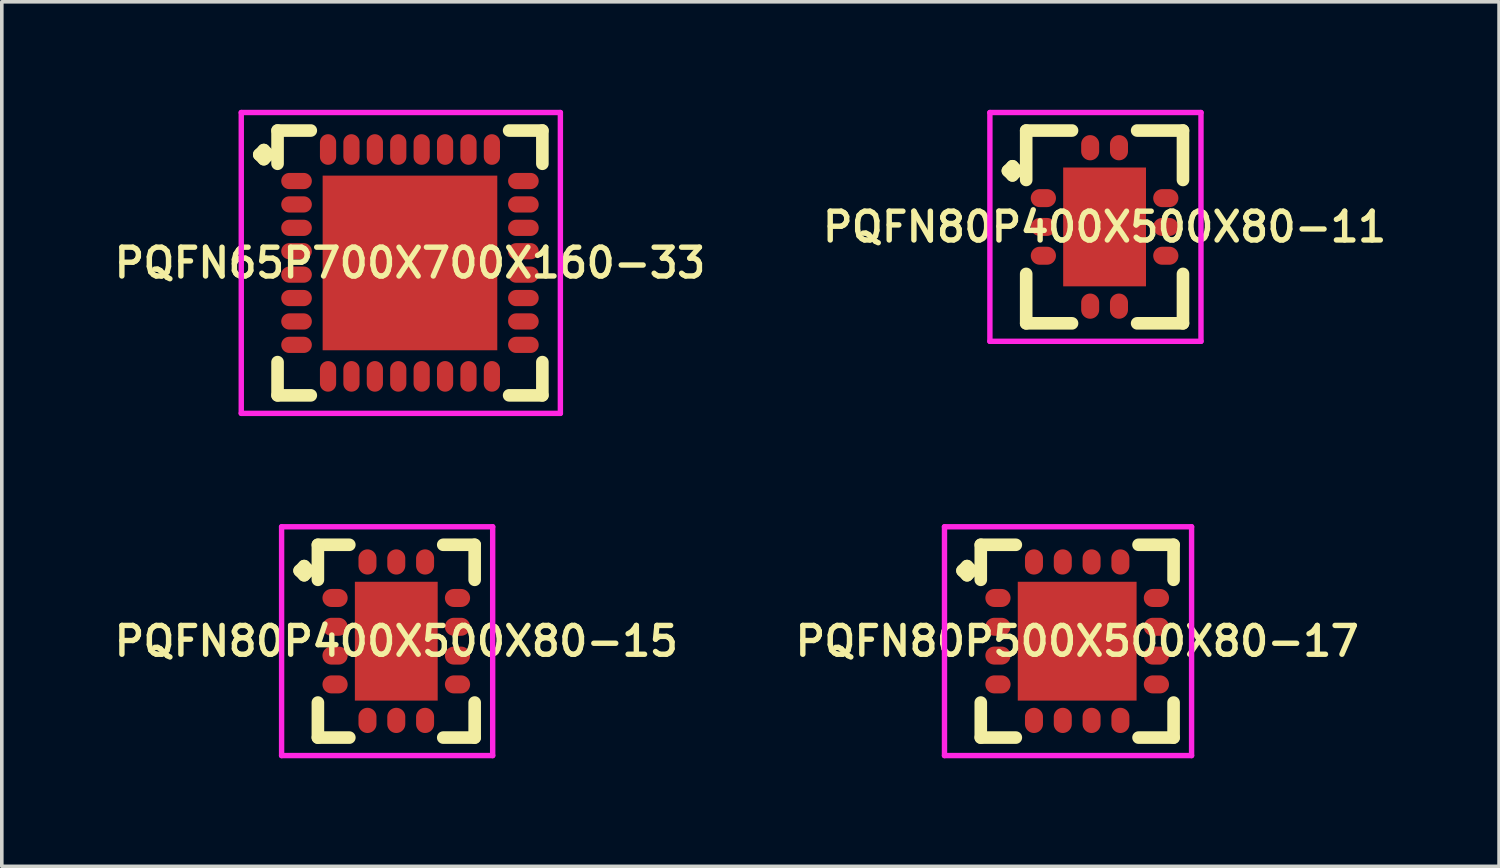
<source format=kicad_pcb>
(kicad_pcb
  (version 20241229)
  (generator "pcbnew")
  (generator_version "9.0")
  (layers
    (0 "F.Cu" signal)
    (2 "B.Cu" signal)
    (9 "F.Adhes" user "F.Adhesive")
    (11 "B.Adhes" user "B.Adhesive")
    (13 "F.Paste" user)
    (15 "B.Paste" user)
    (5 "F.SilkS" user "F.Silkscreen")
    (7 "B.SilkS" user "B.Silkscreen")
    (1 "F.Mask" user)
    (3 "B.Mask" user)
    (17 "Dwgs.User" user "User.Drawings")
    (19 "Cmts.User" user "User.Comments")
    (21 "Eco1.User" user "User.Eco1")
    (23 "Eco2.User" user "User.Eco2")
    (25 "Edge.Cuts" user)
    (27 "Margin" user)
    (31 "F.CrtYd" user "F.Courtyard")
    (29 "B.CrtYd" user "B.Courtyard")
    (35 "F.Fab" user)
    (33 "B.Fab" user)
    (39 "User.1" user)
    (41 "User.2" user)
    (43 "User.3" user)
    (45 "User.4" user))
  (footprint "PQFN80P500X500X80-17"
    (layer "F.Cu")
    (at 26.864 14.756)
    (property "Reference" "PQFN80P500X500X80-17" (at 0 0 0) (layer "F.SilkS") (effects (font (size 0.8 0.8) (thickness 0.15))))
    (attr smd)
    (fp_line (start -3.185 -1.958) (end -3.058 -2.085) (stroke (width 0.35) (type solid)) (layer "F.SilkS"))
    (fp_line (start -3.058 -2.085) (end -2.931 -1.958) (stroke (width 0.35) (type solid)) (layer "F.SilkS"))
    (fp_line (start -3.058 -1.831) (end -3.185 -1.958) (stroke (width 0.35) (type solid)) (layer "F.SilkS"))
    (fp_line (start -2.931 -1.958) (end -3.058 -1.831) (stroke (width 0.35) (type solid)) (layer "F.SilkS"))
    (fp_line (start -2.677 -2.677) (end -1.704 -2.677) (stroke (width 0.35) (type solid)) (layer "F.SilkS"))
    (fp_line (start -2.677 -1.704) (end -2.677 -2.677) (stroke (width 0.35) (type solid)) (layer "F.SilkS"))
    (fp_line (start -2.677 1.704) (end -2.677 2.677) (stroke (width 0.35) (type solid)) (layer "F.SilkS"))
    (fp_line (start -2.677 2.677) (end -1.704 2.677) (stroke (width 0.35) (type solid)) (layer "F.SilkS"))
    (fp_line (start 1.704 -2.677) (end 2.677 -2.677) (stroke (width 0.35) (type solid)) (layer "F.SilkS"))
    (fp_line (start 1.704 2.677) (end 2.677 2.677) (stroke (width 0.35) (type solid)) (layer "F.SilkS"))
    (fp_line (start 2.677 -2.677) (end 2.677 -1.704) (stroke (width 0.35) (type solid)) (layer "F.SilkS"))
    (fp_line (start 2.677 2.677) (end 2.677 1.704) (stroke (width 0.35) (type solid)) (layer "F.SilkS"))
    (fp_line (start -3.685 -3.177) (end 3.177 -3.177) (stroke (width 0.15) (type solid)) (layer "F.CrtYd"))
    (fp_line (start -3.685 3.177) (end -3.685 -3.177) (stroke (width 0.15) (type solid)) (layer "F.CrtYd"))
    (fp_line (start 3.177 -3.177) (end 3.177 3.177) (stroke (width 0.15) (type solid)) (layer "F.CrtYd"))
    (fp_line (start 3.177 3.177) (end -3.685 3.177) (stroke (width 0.15) (type solid)) (layer "F.CrtYd"))
    (pad "1" smd oval (at -2.2 -1.2) (size 0.7 0.5) (layers "F.Cu" "F.Mask" "F.Paste"))
    (pad "2" smd oval (at -2.2 -0.4) (size 0.7 0.5) (layers "F.Cu" "F.Mask" "F.Paste"))
    (pad "3" smd oval (at -2.2 0.4) (size 0.7 0.5) (layers "F.Cu" "F.Mask" "F.Paste"))
    (pad "4" smd oval (at -2.2 1.2) (size 0.7 0.5) (layers "F.Cu" "F.Mask" "F.Paste"))
    (pad "5" smd oval (at -1.2 2.2) (size 0.5 0.7) (layers "F.Cu" "F.Mask" "F.Paste"))
    (pad "6" smd oval (at -0.4 2.2) (size 0.5 0.7) (layers "F.Cu" "F.Mask" "F.Paste"))
    (pad "7" smd oval (at 0.4 2.2) (size 0.5 0.7) (layers "F.Cu" "F.Mask" "F.Paste"))
    (pad "8" smd oval (at 1.2 2.2) (size 0.5 0.7) (layers "F.Cu" "F.Mask" "F.Paste"))
    (pad "9" smd oval (at 2.2 1.2) (size 0.7 0.5) (layers "F.Cu" "F.Mask" "F.Paste"))
    (pad "10" smd oval (at 2.2 0.4) (size 0.7 0.5) (layers "F.Cu" "F.Mask" "F.Paste"))
    (pad "11" smd oval (at 2.2 -0.4) (size 0.7 0.5) (layers "F.Cu" "F.Mask" "F.Paste"))
    (pad "12" smd oval (at 2.2 -1.2) (size 0.7 0.5) (layers "F.Cu" "F.Mask" "F.Paste"))
    (pad "13" smd oval (at 1.2 -2.2) (size 0.5 0.7) (layers "F.Cu" "F.Mask" "F.Paste"))
    (pad "14" smd oval (at 0.4 -2.2) (size 0.5 0.7) (layers "F.Cu" "F.Mask" "F.Paste"))
    (pad "15" smd oval (at -0.4 -2.2) (size 0.5 0.7) (layers "F.Cu" "F.Mask" "F.Paste"))
    (pad "16" smd oval (at -1.2 -2.2) (size 0.5 0.7) (layers "F.Cu" "F.Mask" "F.Paste"))
    (pad "17" smd rect (at 0 0) (size 3.3 3.3) (layers "F.Cu" "F.Mask" "F.Paste")))
  (footprint "PQFN80P400X500X80-11"
    (layer "F.Cu")
    (at 27.625 3.252)
    (property "Reference" "PQFN80P400X500X80-11" (at 0 0 0) (layer "F.SilkS") (effects (font (size 0.8 0.8) (thickness 0.15))))
    (attr smd)
    (fp_line (start -2.685 -1.558) (end -2.558 -1.685) (stroke (width 0.35) (type solid)) (layer "F.SilkS"))
    (fp_line (start -2.558 -1.685) (end -2.431 -1.558) (stroke (width 0.35) (type solid)) (layer "F.SilkS"))
    (fp_line (start -2.558 -1.431) (end -2.685 -1.558) (stroke (width 0.35) (type solid)) (layer "F.SilkS"))
    (fp_line (start -2.431 -1.558) (end -2.558 -1.431) (stroke (width 0.35) (type solid)) (layer "F.SilkS"))
    (fp_line (start -2.177 -2.677) (end -0.904 -2.677) (stroke (width 0.35) (type solid)) (layer "F.SilkS"))
    (fp_line (start -2.177 -1.304) (end -2.177 -2.677) (stroke (width 0.35) (type solid)) (layer "F.SilkS"))
    (fp_line (start -2.177 1.304) (end -2.177 2.677) (stroke (width 0.35) (type solid)) (layer "F.SilkS"))
    (fp_line (start -2.177 2.677) (end -0.904 2.677) (stroke (width 0.35) (type solid)) (layer "F.SilkS"))
    (fp_line (start 0.904 -2.677) (end 2.177 -2.677) (stroke (width 0.35) (type solid)) (layer "F.SilkS"))
    (fp_line (start 0.904 2.677) (end 2.177 2.677) (stroke (width 0.35) (type solid)) (layer "F.SilkS"))
    (fp_line (start 2.177 -2.677) (end 2.177 -1.304) (stroke (width 0.35) (type solid)) (layer "F.SilkS"))
    (fp_line (start 2.177 2.677) (end 2.177 1.304) (stroke (width 0.35) (type solid)) (layer "F.SilkS"))
    (fp_line (start -3.185 -3.177) (end 2.677 -3.177) (stroke (width 0.15) (type solid)) (layer "F.CrtYd"))
    (fp_line (start -3.185 3.177) (end -3.185 -3.177) (stroke (width 0.15) (type solid)) (layer "F.CrtYd"))
    (fp_line (start 2.677 -3.177) (end 2.677 3.177) (stroke (width 0.15) (type solid)) (layer "F.CrtYd"))
    (fp_line (start 2.677 3.177) (end -3.185 3.177) (stroke (width 0.15) (type solid)) (layer "F.CrtYd"))
    (pad "1" smd oval (at -1.7 -0.8) (size 0.7 0.5) (layers "F.Cu" "F.Mask" "F.Paste"))
    (pad "2" smd oval (at -1.7 0) (size 0.7 0.5) (layers "F.Cu" "F.Mask" "F.Paste"))
    (pad "3" smd oval (at -1.7 0.8) (size 0.7 0.5) (layers "F.Cu" "F.Mask" "F.Paste"))
    (pad "4" smd oval (at -0.4 2.2) (size 0.5 0.7) (layers "F.Cu" "F.Mask" "F.Paste"))
    (pad "5" smd oval (at 0.4 2.2) (size 0.5 0.7) (layers "F.Cu" "F.Mask" "F.Paste"))
    (pad "6" smd oval (at 1.7 0.8) (size 0.7 0.5) (layers "F.Cu" "F.Mask" "F.Paste"))
    (pad "7" smd oval (at 1.7 0) (size 0.7 0.5) (layers "F.Cu" "F.Mask" "F.Paste"))
    (pad "8" smd oval (at 1.7 -0.8) (size 0.7 0.5) (layers "F.Cu" "F.Mask" "F.Paste"))
    (pad "9" smd oval (at 0.4 -2.2) (size 0.5 0.7) (layers "F.Cu" "F.Mask" "F.Paste"))
    (pad "10" smd oval (at -0.4 -2.2) (size 0.5 0.7) (layers "F.Cu" "F.Mask" "F.Paste"))
    (pad "11" smd rect (at 0 0) (size 2.3 3.3) (layers "F.Cu" "F.Mask" "F.Paste")))
  (footprint "PQFN65P700X700X160-33"
    (layer "F.Cu")
    (at 8.335 4.252)
    (property "Reference" "PQFN65P700X700X160-33" (at 0 0 0) (layer "F.SilkS") (effects (font (size 0.8 0.8) (thickness 0.15))))
    (attr smd)
    (fp_line (start -4.185 -3.008) (end -4.058 -3.135) (stroke (width 0.35) (type solid)) (layer "F.SilkS"))
    (fp_line (start -4.058 -3.135) (end -3.931 -3.008) (stroke (width 0.35) (type solid)) (layer "F.SilkS"))
    (fp_line (start -4.058 -2.881) (end -4.185 -3.008) (stroke (width 0.35) (type solid)) (layer "F.SilkS"))
    (fp_line (start -3.931 -3.008) (end -4.058 -2.881) (stroke (width 0.35) (type solid)) (layer "F.SilkS"))
    (fp_line (start -3.677 -3.677) (end -2.754 -3.677) (stroke (width 0.35) (type solid)) (layer "F.SilkS"))
    (fp_line (start -3.677 -2.754) (end -3.677 -3.677) (stroke (width 0.35) (type solid)) (layer "F.SilkS"))
    (fp_line (start -3.677 2.754) (end -3.677 3.677) (stroke (width 0.35) (type solid)) (layer "F.SilkS"))
    (fp_line (start -3.677 3.677) (end -2.754 3.677) (stroke (width 0.35) (type solid)) (layer "F.SilkS"))
    (fp_line (start 2.754 -3.677) (end 3.677 -3.677) (stroke (width 0.35) (type solid)) (layer "F.SilkS"))
    (fp_line (start 2.754 3.677) (end 3.677 3.677) (stroke (width 0.35) (type solid)) (layer "F.SilkS"))
    (fp_line (start 3.677 -3.677) (end 3.677 -2.754) (stroke (width 0.35) (type solid)) (layer "F.SilkS"))
    (fp_line (start 3.677 3.677) (end 3.677 2.754) (stroke (width 0.35) (type solid)) (layer "F.SilkS"))
    (fp_line (start -4.685 -4.177) (end 4.177 -4.177) (stroke (width 0.15) (type solid)) (layer "F.CrtYd"))
    (fp_line (start -4.685 4.177) (end -4.685 -4.177) (stroke (width 0.15) (type solid)) (layer "F.CrtYd"))
    (fp_line (start 4.177 -4.177) (end 4.177 4.177) (stroke (width 0.15) (type solid)) (layer "F.CrtYd"))
    (fp_line (start 4.177 4.177) (end -4.685 4.177) (stroke (width 0.15) (type solid)) (layer "F.CrtYd"))
    (pad "1" smd oval (at -3.15 -2.275) (size 0.85 0.45) (layers "F.Cu" "F.Mask" "F.Paste"))
    (pad "2" smd oval (at -3.15 -1.625) (size 0.85 0.45) (layers "F.Cu" "F.Mask" "F.Paste"))
    (pad "3" smd oval (at -3.15 -0.975) (size 0.85 0.45) (layers "F.Cu" "F.Mask" "F.Paste"))
    (pad "4" smd oval (at -3.15 -0.325) (size 0.85 0.45) (layers "F.Cu" "F.Mask" "F.Paste"))
    (pad "5" smd oval (at -3.15 0.325) (size 0.85 0.45) (layers "F.Cu" "F.Mask" "F.Paste"))
    (pad "6" smd oval (at -3.15 0.975) (size 0.85 0.45) (layers "F.Cu" "F.Mask" "F.Paste"))
    (pad "7" smd oval (at -3.15 1.625) (size 0.85 0.45) (layers "F.Cu" "F.Mask" "F.Paste"))
    (pad "8" smd oval (at -3.15 2.275) (size 0.85 0.45) (layers "F.Cu" "F.Mask" "F.Paste"))
    (pad "9" smd oval (at -2.275 3.15) (size 0.45 0.85) (layers "F.Cu" "F.Mask" "F.Paste"))
    (pad "10" smd oval (at -1.625 3.15) (size 0.45 0.85) (layers "F.Cu" "F.Mask" "F.Paste"))
    (pad "11" smd oval (at -0.975 3.15) (size 0.45 0.85) (layers "F.Cu" "F.Mask" "F.Paste"))
    (pad "12" smd oval (at -0.325 3.15) (size 0.45 0.85) (layers "F.Cu" "F.Mask" "F.Paste"))
    (pad "13" smd oval (at 0.325 3.15) (size 0.45 0.85) (layers "F.Cu" "F.Mask" "F.Paste"))
    (pad "14" smd oval (at 0.975 3.15) (size 0.45 0.85) (layers "F.Cu" "F.Mask" "F.Paste"))
    (pad "15" smd oval (at 1.625 3.15) (size 0.45 0.85) (layers "F.Cu" "F.Mask" "F.Paste"))
    (pad "16" smd oval (at 2.275 3.15) (size 0.45 0.85) (layers "F.Cu" "F.Mask" "F.Paste"))
    (pad "17" smd oval (at 3.15 2.275) (size 0.85 0.45) (layers "F.Cu" "F.Mask" "F.Paste"))
    (pad "18" smd oval (at 3.15 1.625) (size 0.85 0.45) (layers "F.Cu" "F.Mask" "F.Paste"))
    (pad "19" smd oval (at 3.15 0.975) (size 0.85 0.45) (layers "F.Cu" "F.Mask" "F.Paste"))
    (pad "20" smd oval (at 3.15 0.325) (size 0.85 0.45) (layers "F.Cu" "F.Mask" "F.Paste"))
    (pad "21" smd oval (at 3.15 -0.325) (size 0.85 0.45) (layers "F.Cu" "F.Mask" "F.Paste"))
    (pad "22" smd oval (at 3.15 -0.975) (size 0.85 0.45) (layers "F.Cu" "F.Mask" "F.Paste"))
    (pad "23" smd oval (at 3.15 -1.625) (size 0.85 0.45) (layers "F.Cu" "F.Mask" "F.Paste"))
    (pad "24" smd oval (at 3.15 -2.275) (size 0.85 0.45) (layers "F.Cu" "F.Mask" "F.Paste"))
    (pad "25" smd oval (at 2.275 -3.15) (size 0.45 0.85) (layers "F.Cu" "F.Mask" "F.Paste"))
    (pad "26" smd oval (at 1.625 -3.15) (size 0.45 0.85) (layers "F.Cu" "F.Mask" "F.Paste"))
    (pad "27" smd oval (at 0.975 -3.15) (size 0.45 0.85) (layers "F.Cu" "F.Mask" "F.Paste"))
    (pad "28" smd oval (at 0.325 -3.15) (size 0.45 0.85) (layers "F.Cu" "F.Mask" "F.Paste"))
    (pad "29" smd oval (at -0.325 -3.15) (size 0.45 0.85) (layers "F.Cu" "F.Mask" "F.Paste"))
    (pad "30" smd oval (at -0.975 -3.15) (size 0.45 0.85) (layers "F.Cu" "F.Mask" "F.Paste"))
    (pad "31" smd oval (at -1.625 -3.15) (size 0.45 0.85) (layers "F.Cu" "F.Mask" "F.Paste"))
    (pad "32" smd oval (at -2.275 -3.15) (size 0.45 0.85) (layers "F.Cu" "F.Mask" "F.Paste"))
    (pad "33" smd rect (at 0 0) (size 4.85 4.85) (layers "F.Cu" "F.Mask" "F.Paste")))
  (footprint "PQFN80P400X500X80-15"
    (layer "F.Cu")
    (at 7.955 14.756)
    (property "Reference" "PQFN80P400X500X80-15" (at 0 0 0) (layer "F.SilkS") (effects (font (size 0.8 0.8) (thickness 0.15))))
    (attr through_hole)
    (fp_line (start -2.685 -1.958) (end -2.558 -2.085) (stroke (width 0.35) (type solid)) (layer "F.SilkS"))
    (fp_line (start -2.558 -2.085) (end -2.431 -1.958) (stroke (width 0.35) (type solid)) (layer "F.SilkS"))
    (fp_line (start -2.558 -1.831) (end -2.685 -1.958) (stroke (width 0.35) (type solid)) (layer "F.SilkS"))
    (fp_line (start -2.431 -1.958) (end -2.558 -1.831) (stroke (width 0.35) (type solid)) (layer "F.SilkS"))
    (fp_line (start -2.177 -2.677) (end -1.304 -2.677) (stroke (width 0.35) (type solid)) (layer "F.SilkS"))
    (fp_line (start -2.177 -1.704) (end -2.177 -2.677) (stroke (width 0.35) (type solid)) (layer "F.SilkS"))
    (fp_line (start -2.177 1.704) (end -2.177 2.677) (stroke (width 0.35) (type solid)) (layer "F.SilkS"))
    (fp_line (start -2.177 2.677) (end -1.304 2.677) (stroke (width 0.35) (type solid)) (layer "F.SilkS"))
    (fp_line (start 1.304 -2.677) (end 2.177 -2.677) (stroke (width 0.35) (type solid)) (layer "F.SilkS"))
    (fp_line (start 1.304 2.677) (end 2.177 2.677) (stroke (width 0.35) (type solid)) (layer "F.SilkS"))
    (fp_line (start 2.177 -2.677) (end 2.177 -1.704) (stroke (width 0.35) (type solid)) (layer "F.SilkS"))
    (fp_line (start 2.177 2.677) (end 2.177 1.704) (stroke (width 0.35) (type solid)) (layer "F.SilkS"))
    (fp_line (start -3.185 -3.177) (end 2.677 -3.177) (stroke (width 0.15) (type solid)) (layer "F.CrtYd"))
    (fp_line (start -3.185 3.177) (end -3.185 -3.177) (stroke (width 0.15) (type solid)) (layer "F.CrtYd"))
    (fp_line (start 2.677 -3.177) (end 2.677 3.177) (stroke (width 0.15) (type solid)) (layer "F.CrtYd"))
    (fp_line (start 2.677 3.177) (end -3.185 3.177) (stroke (width 0.15) (type solid)) (layer "F.CrtYd"))
    (pad "1" smd oval (at -1.7 -1.2) (size 0.7 0.5) (layers "F.Cu" "F.Mask" "F.Paste"))
    (pad "2" smd oval (at -1.7 -0.4) (size 0.7 0.5) (layers "F.Cu" "F.Mask" "F.Paste"))
    (pad "3" smd oval (at -1.7 0.4) (size 0.7 0.5) (layers "F.Cu" "F.Mask" "F.Paste"))
    (pad "4" smd oval (at -1.7 1.2) (size 0.7 0.5) (layers "F.Cu" "F.Mask" "F.Paste"))
    (pad "5" smd oval (at -0.8 2.2) (size 0.5 0.7) (layers "F.Cu" "F.Mask" "F.Paste"))
    (pad "6" smd oval (at 0 2.2) (size 0.5 0.7) (layers "F.Cu" "F.Mask" "F.Paste"))
    (pad "7" smd oval (at 0.8 2.2) (size 0.5 0.7) (layers "F.Cu" "F.Mask" "F.Paste"))
    (pad "8" smd oval (at 1.7 1.2) (size 0.7 0.5) (layers "F.Cu" "F.Mask" "F.Paste"))
    (pad "9" smd oval (at 1.7 0.4) (size 0.7 0.5) (layers "F.Cu" "F.Mask" "F.Paste"))
    (pad "10" smd oval (at 1.7 -0.4) (size 0.7 0.5) (layers "F.Cu" "F.Mask" "F.Paste"))
    (pad "11" smd oval (at 1.7 -1.2) (size 0.7 0.5) (layers "F.Cu" "F.Mask" "F.Paste"))
    (pad "12" smd oval (at 0.8 -2.2) (size 0.5 0.7) (layers "F.Cu" "F.Mask" "F.Paste"))
    (pad "13" smd oval (at 0 -2.2) (size 0.5 0.7) (layers "F.Cu" "F.Mask" "F.Paste"))
    (pad "14" smd oval (at -0.8 -2.2) (size 0.5 0.7) (layers "F.Cu" "F.Mask" "F.Paste"))
    (pad "15" smd rect (at 0 0) (size 2.3 3.3) (layers "F.Cu" "F.Mask" "F.Paste")))
  (gr_rect
    (start -3 -3)
    (end 38.58 21.008)
    (stroke (width 0.1) (type default))
    (fill no)
    (layer "Edge.Cuts")))
</source>
